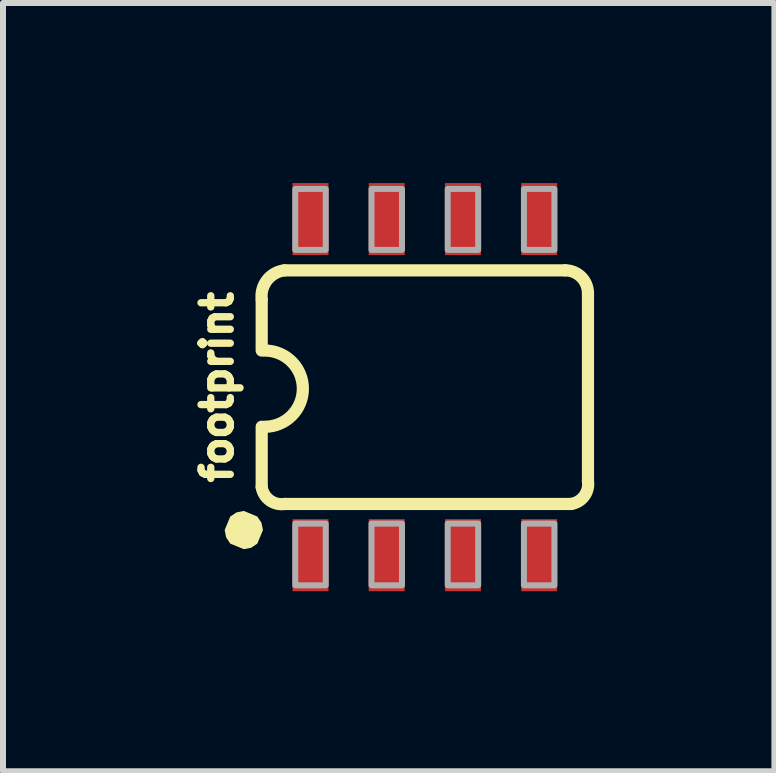
<source format=kicad_pcb>
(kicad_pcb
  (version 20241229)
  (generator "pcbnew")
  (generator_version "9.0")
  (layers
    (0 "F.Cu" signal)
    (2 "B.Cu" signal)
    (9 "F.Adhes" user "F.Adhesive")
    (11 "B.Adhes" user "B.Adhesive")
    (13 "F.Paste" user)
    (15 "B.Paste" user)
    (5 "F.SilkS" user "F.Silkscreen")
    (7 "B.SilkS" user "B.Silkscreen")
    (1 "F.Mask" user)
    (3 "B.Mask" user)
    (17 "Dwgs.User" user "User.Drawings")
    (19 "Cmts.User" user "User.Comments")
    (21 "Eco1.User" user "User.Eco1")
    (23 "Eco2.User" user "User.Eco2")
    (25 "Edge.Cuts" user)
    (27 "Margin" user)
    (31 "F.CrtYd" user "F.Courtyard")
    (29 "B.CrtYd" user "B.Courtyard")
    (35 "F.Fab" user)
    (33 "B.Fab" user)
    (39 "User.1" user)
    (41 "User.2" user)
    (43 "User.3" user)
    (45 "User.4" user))
  (footprint "footprint"
    (layer "F.Cu")
    (at 4.028 3.4)
    (property "Reference" "footprint" (at -3.175 0 90) (layer "F.SilkS") (effects (font (size 0.488 0.488) (thickness 0.122)) (justify bottom)))
    (fp_line (start -2.718 -1.453) (end -2.718 -0.61) (stroke (width 0.203) (type solid)) (layer "F.SilkS"))
    (fp_line (start -2.718 1.665) (end -2.718 0.66) (stroke (width 0.203) (type solid)) (layer "F.SilkS"))
    (fp_line (start -2.337 1.946) (end 2.437 1.946) (stroke (width 0.203) (type solid)) (layer "F.SilkS"))
    (fp_line (start 2.337 -1.946) (end -2.337 -1.946) (stroke (width 0.203) (type solid)) (layer "F.SilkS"))
    (fp_line (start 2.718 1.565) (end 2.718 -1.565) (stroke (width 0.203) (type solid)) (layer "F.SilkS"))
    (fp_arc (start -2.7178 -1.4653) (mid -2.626948 -1.784731) (end -2.3368 -1.9463) (stroke (width 0.2032) (type solid)) (layer "F.SilkS"))
    (fp_arc (start -2.667 -0.6096) (mid -2.032 0.0254) (end -2.667 0.6604) (stroke (width 0.2032) (type solid)) (layer "F.SilkS"))
    (fp_arc (start -2.336799 1.946301) (mid -2.58554 1.884767) (end -2.7178 1.6653) (stroke (width 0.2032) (type solid)) (layer "F.SilkS"))
    (fp_arc (start 2.3368 -1.9463) (mid 2.606237 -1.834736) (end 2.7178 -1.565298) (stroke (width 0.2032) (type solid)) (layer "F.SilkS"))
    (fp_arc (start 2.7178 1.5653) (mid 2.656208 1.813997) (end 2.4368 1.9463) (stroke (width 0.2032) (type solid)) (layer "F.SilkS"))
    (fp_poly (pts (xy -2.791 2.156) (xy -2.722 2.259) (xy -2.697 2.381) (xy -2.791 2.607) (xy -2.894 2.676) (xy -3.016 2.7) (xy -3.242 2.607) (xy -3.311 2.503) (xy -3.335 2.381) (xy -3.242 2.156) (xy -3.138 2.087) (xy -3.016 2.062)) (stroke (width 0) (type solid)) (fill yes) (layer "F.SilkS"))
    (fp_poly (pts (xy -2.159 -2.286) (xy -1.651 -2.286) (xy -1.651 -3.302) (xy -2.159 -3.302)) (stroke (width 0.1) (type solid)) (fill no) (layer "F.Fab"))
    (fp_poly (pts (xy -2.159 3.302) (xy -1.651 3.302) (xy -1.651 2.273) (xy -2.159 2.273)) (stroke (width 0.1) (type solid)) (fill no) (layer "F.Fab"))
    (fp_poly (pts (xy -0.889 -2.286) (xy -0.381 -2.286) (xy -0.381 -3.302) (xy -0.889 -3.302)) (stroke (width 0.1) (type solid)) (fill no) (layer "F.Fab"))
    (fp_poly (pts (xy -0.889 3.302) (xy -0.381 3.302) (xy -0.381 2.273) (xy -0.889 2.273)) (stroke (width 0.1) (type solid)) (fill no) (layer "F.Fab"))
    (fp_poly (pts (xy 0.381 -2.286) (xy 0.889 -2.286) (xy 0.889 -3.302) (xy 0.381 -3.302)) (stroke (width 0.1) (type solid)) (fill no) (layer "F.Fab"))
    (fp_poly (pts (xy 0.381 3.302) (xy 0.889 3.302) (xy 0.889 2.273) (xy 0.381 2.273)) (stroke (width 0.1) (type solid)) (fill no) (layer "F.Fab"))
    (fp_poly (pts (xy 1.651 -2.286) (xy 2.159 -2.286) (xy 2.159 -3.302) (xy 1.651 -3.302)) (stroke (width 0.1) (type solid)) (fill no) (layer "F.Fab"))
    (fp_poly (pts (xy 1.651 3.302) (xy 2.159 3.302) (xy 2.159 2.273) (xy 1.651 2.273)) (stroke (width 0.1) (type solid)) (fill no) (layer "F.Fab"))
    (pad "1" smd rect (at -1.905 2.8) (size 0.6 1.2) (layers "F.Cu" "F.Mask" "F.Paste"))
    (pad "2" smd rect (at -0.635 2.8) (size 0.6 1.2) (layers "F.Cu" "F.Mask" "F.Paste"))
    (pad "3" smd rect (at 0.635 2.8) (size 0.6 1.2) (layers "F.Cu" "F.Mask" "F.Paste"))
    (pad "4" smd rect (at 1.905 2.8) (size 0.6 1.2) (layers "F.Cu" "F.Mask" "F.Paste"))
    (pad "5" smd rect (at 1.905 -2.8) (size 0.6 1.2) (layers "F.Cu" "F.Mask" "F.Paste"))
    (pad "6" smd rect (at 0.635 -2.8) (size 0.6 1.2) (layers "F.Cu" "F.Mask" "F.Paste"))
    (pad "7" smd rect (at -0.635 -2.8) (size 0.6 1.2) (layers "F.Cu" "F.Mask" "F.Paste"))
    (pad "8" smd rect (at -1.905 -2.8) (size 0.6 1.2) (layers "F.Cu" "F.Mask" "F.Paste")))
  (gr_rect
    (start -3 -3)
    (end 9.852 9.8)
    (stroke (width 0.1) (type default))
    (fill no)
    (layer "Edge.Cuts")))
</source>
